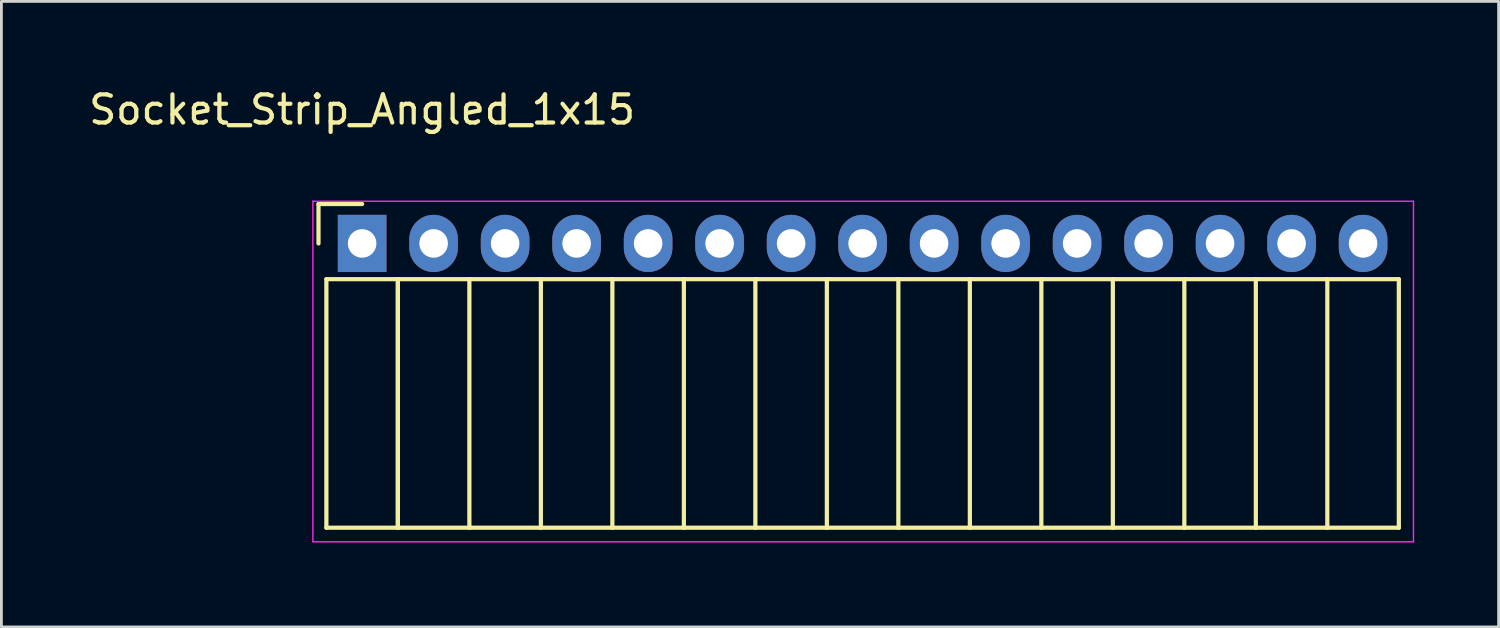
<source format=kicad_pcb>
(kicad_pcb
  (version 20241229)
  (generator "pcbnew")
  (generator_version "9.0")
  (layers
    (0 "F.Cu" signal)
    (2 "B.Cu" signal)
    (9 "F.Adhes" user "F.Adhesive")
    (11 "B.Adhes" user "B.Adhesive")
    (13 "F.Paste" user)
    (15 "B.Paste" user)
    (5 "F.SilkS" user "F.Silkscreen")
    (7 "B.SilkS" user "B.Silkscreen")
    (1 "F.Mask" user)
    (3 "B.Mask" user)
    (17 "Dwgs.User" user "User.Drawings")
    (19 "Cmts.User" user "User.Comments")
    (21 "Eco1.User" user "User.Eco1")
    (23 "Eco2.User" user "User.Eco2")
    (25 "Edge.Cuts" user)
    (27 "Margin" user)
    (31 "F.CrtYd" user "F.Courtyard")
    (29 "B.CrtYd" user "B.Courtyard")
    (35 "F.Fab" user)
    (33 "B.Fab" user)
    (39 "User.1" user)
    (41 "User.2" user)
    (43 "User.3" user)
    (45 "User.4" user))
  (footprint "Socket_Strip_Angled_1x15"
    (layer "F.Cu")
    (at 9.815 5.598)
    (property "Reference" "Socket_Strip_Angled_1x15" (at 0 -4.75 0) (layer "F.SilkS") (effects (font (size 1 1) (thickness 0.15))))
    (attr through_hole)
    (fp_line (start -1.55 -1.4) (end -1.55 0) (stroke (width 0.15) (type solid)) (layer "F.SilkS"))
    (fp_line (start -1.27 1.27) (end -1.27 10.1) (stroke (width 0.15) (type solid)) (layer "F.SilkS"))
    (fp_line (start -1.27 1.27) (end 1.27 1.27) (stroke (width 0.15) (type solid)) (layer "F.SilkS"))
    (fp_line (start -1.27 10.1) (end 1.27 10.1) (stroke (width 0.15) (type solid)) (layer "F.SilkS"))
    (fp_line (start 0 -1.4) (end -1.55 -1.4) (stroke (width 0.15) (type solid)) (layer "F.SilkS"))
    (fp_line (start 1.27 1.27) (end 1.27 10.1) (stroke (width 0.15) (type solid)) (layer "F.SilkS"))
    (fp_line (start 1.27 1.27) (end 3.81 1.27) (stroke (width 0.15) (type solid)) (layer "F.SilkS"))
    (fp_line (start 1.27 10.1) (end 1.27 1.27) (stroke (width 0.15) (type solid)) (layer "F.SilkS"))
    (fp_line (start 1.27 10.1) (end 3.81 10.1) (stroke (width 0.15) (type solid)) (layer "F.SilkS"))
    (fp_line (start 3.81 1.27) (end 6.35 1.27) (stroke (width 0.15) (type solid)) (layer "F.SilkS"))
    (fp_line (start 3.81 10.1) (end 3.81 1.27) (stroke (width 0.15) (type solid)) (layer "F.SilkS"))
    (fp_line (start 3.81 10.1) (end 6.35 10.1) (stroke (width 0.15) (type solid)) (layer "F.SilkS"))
    (fp_line (start 6.35 1.27) (end 8.89 1.27) (stroke (width 0.15) (type solid)) (layer "F.SilkS"))
    (fp_line (start 6.35 10.1) (end 6.35 1.27) (stroke (width 0.15) (type solid)) (layer "F.SilkS"))
    (fp_line (start 6.35 10.1) (end 8.89 10.1) (stroke (width 0.15) (type solid)) (layer "F.SilkS"))
    (fp_line (start 8.89 1.27) (end 11.43 1.27) (stroke (width 0.15) (type solid)) (layer "F.SilkS"))
    (fp_line (start 8.89 10.1) (end 8.89 1.27) (stroke (width 0.15) (type solid)) (layer "F.SilkS"))
    (fp_line (start 8.89 10.1) (end 11.43 10.1) (stroke (width 0.15) (type solid)) (layer "F.SilkS"))
    (fp_line (start 11.43 1.27) (end 13.97 1.27) (stroke (width 0.15) (type solid)) (layer "F.SilkS"))
    (fp_line (start 11.43 10.1) (end 11.43 1.27) (stroke (width 0.15) (type solid)) (layer "F.SilkS"))
    (fp_line (start 11.43 10.1) (end 13.97 10.1) (stroke (width 0.15) (type solid)) (layer "F.SilkS"))
    (fp_line (start 13.97 1.27) (end 16.51 1.27) (stroke (width 0.15) (type solid)) (layer "F.SilkS"))
    (fp_line (start 13.97 10.1) (end 13.97 1.27) (stroke (width 0.15) (type solid)) (layer "F.SilkS"))
    (fp_line (start 13.97 10.1) (end 16.51 10.1) (stroke (width 0.15) (type solid)) (layer "F.SilkS"))
    (fp_line (start 16.51 1.27) (end 19.05 1.27) (stroke (width 0.15) (type solid)) (layer "F.SilkS"))
    (fp_line (start 16.51 10.1) (end 16.51 1.27) (stroke (width 0.15) (type solid)) (layer "F.SilkS"))
    (fp_line (start 16.51 10.1) (end 19.05 10.1) (stroke (width 0.15) (type solid)) (layer "F.SilkS"))
    (fp_line (start 19.05 1.27) (end 21.59 1.27) (stroke (width 0.15) (type solid)) (layer "F.SilkS"))
    (fp_line (start 19.05 10.1) (end 19.05 1.27) (stroke (width 0.15) (type solid)) (layer "F.SilkS"))
    (fp_line (start 19.05 10.1) (end 21.59 10.1) (stroke (width 0.15) (type solid)) (layer "F.SilkS"))
    (fp_line (start 21.59 1.27) (end 24.13 1.27) (stroke (width 0.15) (type solid)) (layer "F.SilkS"))
    (fp_line (start 21.59 10.1) (end 21.59 1.27) (stroke (width 0.15) (type solid)) (layer "F.SilkS"))
    (fp_line (start 21.59 10.1) (end 24.13 10.1) (stroke (width 0.15) (type solid)) (layer "F.SilkS"))
    (fp_line (start 24.13 1.27) (end 26.67 1.27) (stroke (width 0.15) (type solid)) (layer "F.SilkS"))
    (fp_line (start 24.13 10.1) (end 24.13 1.27) (stroke (width 0.15) (type solid)) (layer "F.SilkS"))
    (fp_line (start 24.13 10.1) (end 26.67 10.1) (stroke (width 0.15) (type solid)) (layer "F.SilkS"))
    (fp_line (start 26.67 1.27) (end 29.21 1.27) (stroke (width 0.15) (type solid)) (layer "F.SilkS"))
    (fp_line (start 26.67 10.1) (end 26.67 1.27) (stroke (width 0.15) (type solid)) (layer "F.SilkS"))
    (fp_line (start 26.67 10.1) (end 29.21 10.1) (stroke (width 0.15) (type solid)) (layer "F.SilkS"))
    (fp_line (start 29.21 1.27) (end 31.75 1.27) (stroke (width 0.15) (type solid)) (layer "F.SilkS"))
    (fp_line (start 29.21 10.1) (end 29.21 1.27) (stroke (width 0.15) (type solid)) (layer "F.SilkS"))
    (fp_line (start 29.21 10.1) (end 31.75 10.1) (stroke (width 0.15) (type solid)) (layer "F.SilkS"))
    (fp_line (start 31.75 1.27) (end 34.29 1.27) (stroke (width 0.15) (type solid)) (layer "F.SilkS"))
    (fp_line (start 31.75 10.1) (end 31.75 1.27) (stroke (width 0.15) (type solid)) (layer "F.SilkS"))
    (fp_line (start 31.75 10.1) (end 34.29 10.1) (stroke (width 0.15) (type solid)) (layer "F.SilkS"))
    (fp_line (start 34.29 1.27) (end 36.83 1.27) (stroke (width 0.15) (type solid)) (layer "F.SilkS"))
    (fp_line (start 34.29 10.1) (end 34.29 1.27) (stroke (width 0.15) (type solid)) (layer "F.SilkS"))
    (fp_line (start 34.29 10.1) (end 36.83 10.1) (stroke (width 0.15) (type solid)) (layer "F.SilkS"))
    (fp_line (start 36.83 10.1) (end 36.83 1.27) (stroke (width 0.15) (type solid)) (layer "F.SilkS"))
    (fp_line (start -1.75 -1.5) (end -1.75 10.6) (stroke (width 0.05) (type solid)) (layer "F.CrtYd"))
    (fp_line (start -1.75 -1.5) (end 37.35 -1.5) (stroke (width 0.05) (type solid)) (layer "F.CrtYd"))
    (fp_line (start -1.75 10.6) (end 37.35 10.6) (stroke (width 0.05) (type solid)) (layer "F.CrtYd"))
    (fp_line (start 37.35 -1.5) (end 37.35 10.6) (stroke (width 0.05) (type solid)) (layer "F.CrtYd"))
    (pad "1" thru_hole rect (at 0 0) (size 1.727 2.032) (drill 1.016) (layers "*.Cu" "*.Mask"))
    (pad "2" thru_hole oval (at 2.54 0) (size 1.727 2.032) (drill 1.016) (layers "*.Cu" "*.Mask"))
    (pad "3" thru_hole oval (at 5.08 0) (size 1.727 2.032) (drill 1.016) (layers "*.Cu" "*.Mask"))
    (pad "4" thru_hole oval (at 7.62 0) (size 1.727 2.032) (drill 1.016) (layers "*.Cu" "*.Mask"))
    (pad "5" thru_hole oval (at 10.16 0) (size 1.727 2.032) (drill 1.016) (layers "*.Cu" "*.Mask"))
    (pad "6" thru_hole oval (at 12.7 0) (size 1.727 2.032) (drill 1.016) (layers "*.Cu" "*.Mask"))
    (pad "7" thru_hole oval (at 15.24 0) (size 1.727 2.032) (drill 1.016) (layers "*.Cu" "*.Mask"))
    (pad "8" thru_hole oval (at 17.78 0) (size 1.727 2.032) (drill 1.016) (layers "*.Cu" "*.Mask"))
    (pad "9" thru_hole oval (at 20.32 0) (size 1.727 2.032) (drill 1.016) (layers "*.Cu" "*.Mask"))
    (pad "10" thru_hole oval (at 22.86 0) (size 1.727 2.032) (drill 1.016) (layers "*.Cu" "*.Mask"))
    (pad "11" thru_hole oval (at 25.4 0) (size 1.727 2.032) (drill 1.016) (layers "*.Cu" "*.Mask"))
    (pad "12" thru_hole oval (at 27.94 0) (size 1.727 2.032) (drill 1.016) (layers "*.Cu" "*.Mask"))
    (pad "13" thru_hole oval (at 30.48 0) (size 1.727 2.032) (drill 1.016) (layers "*.Cu" "*.Mask"))
    (pad "14" thru_hole oval (at 33.02 0) (size 1.727 2.032) (drill 1.016) (layers "*.Cu" "*.Mask"))
    (pad "15" thru_hole oval (at 35.56 0) (size 1.727 2.032) (drill 1.016) (layers "*.Cu" "*.Mask")))
  (gr_rect
    (start -3 -3)
    (end 50.19 19.223)
    (stroke (width 0.1) (type default))
    (fill no)
    (layer "Edge.Cuts")))
</source>
